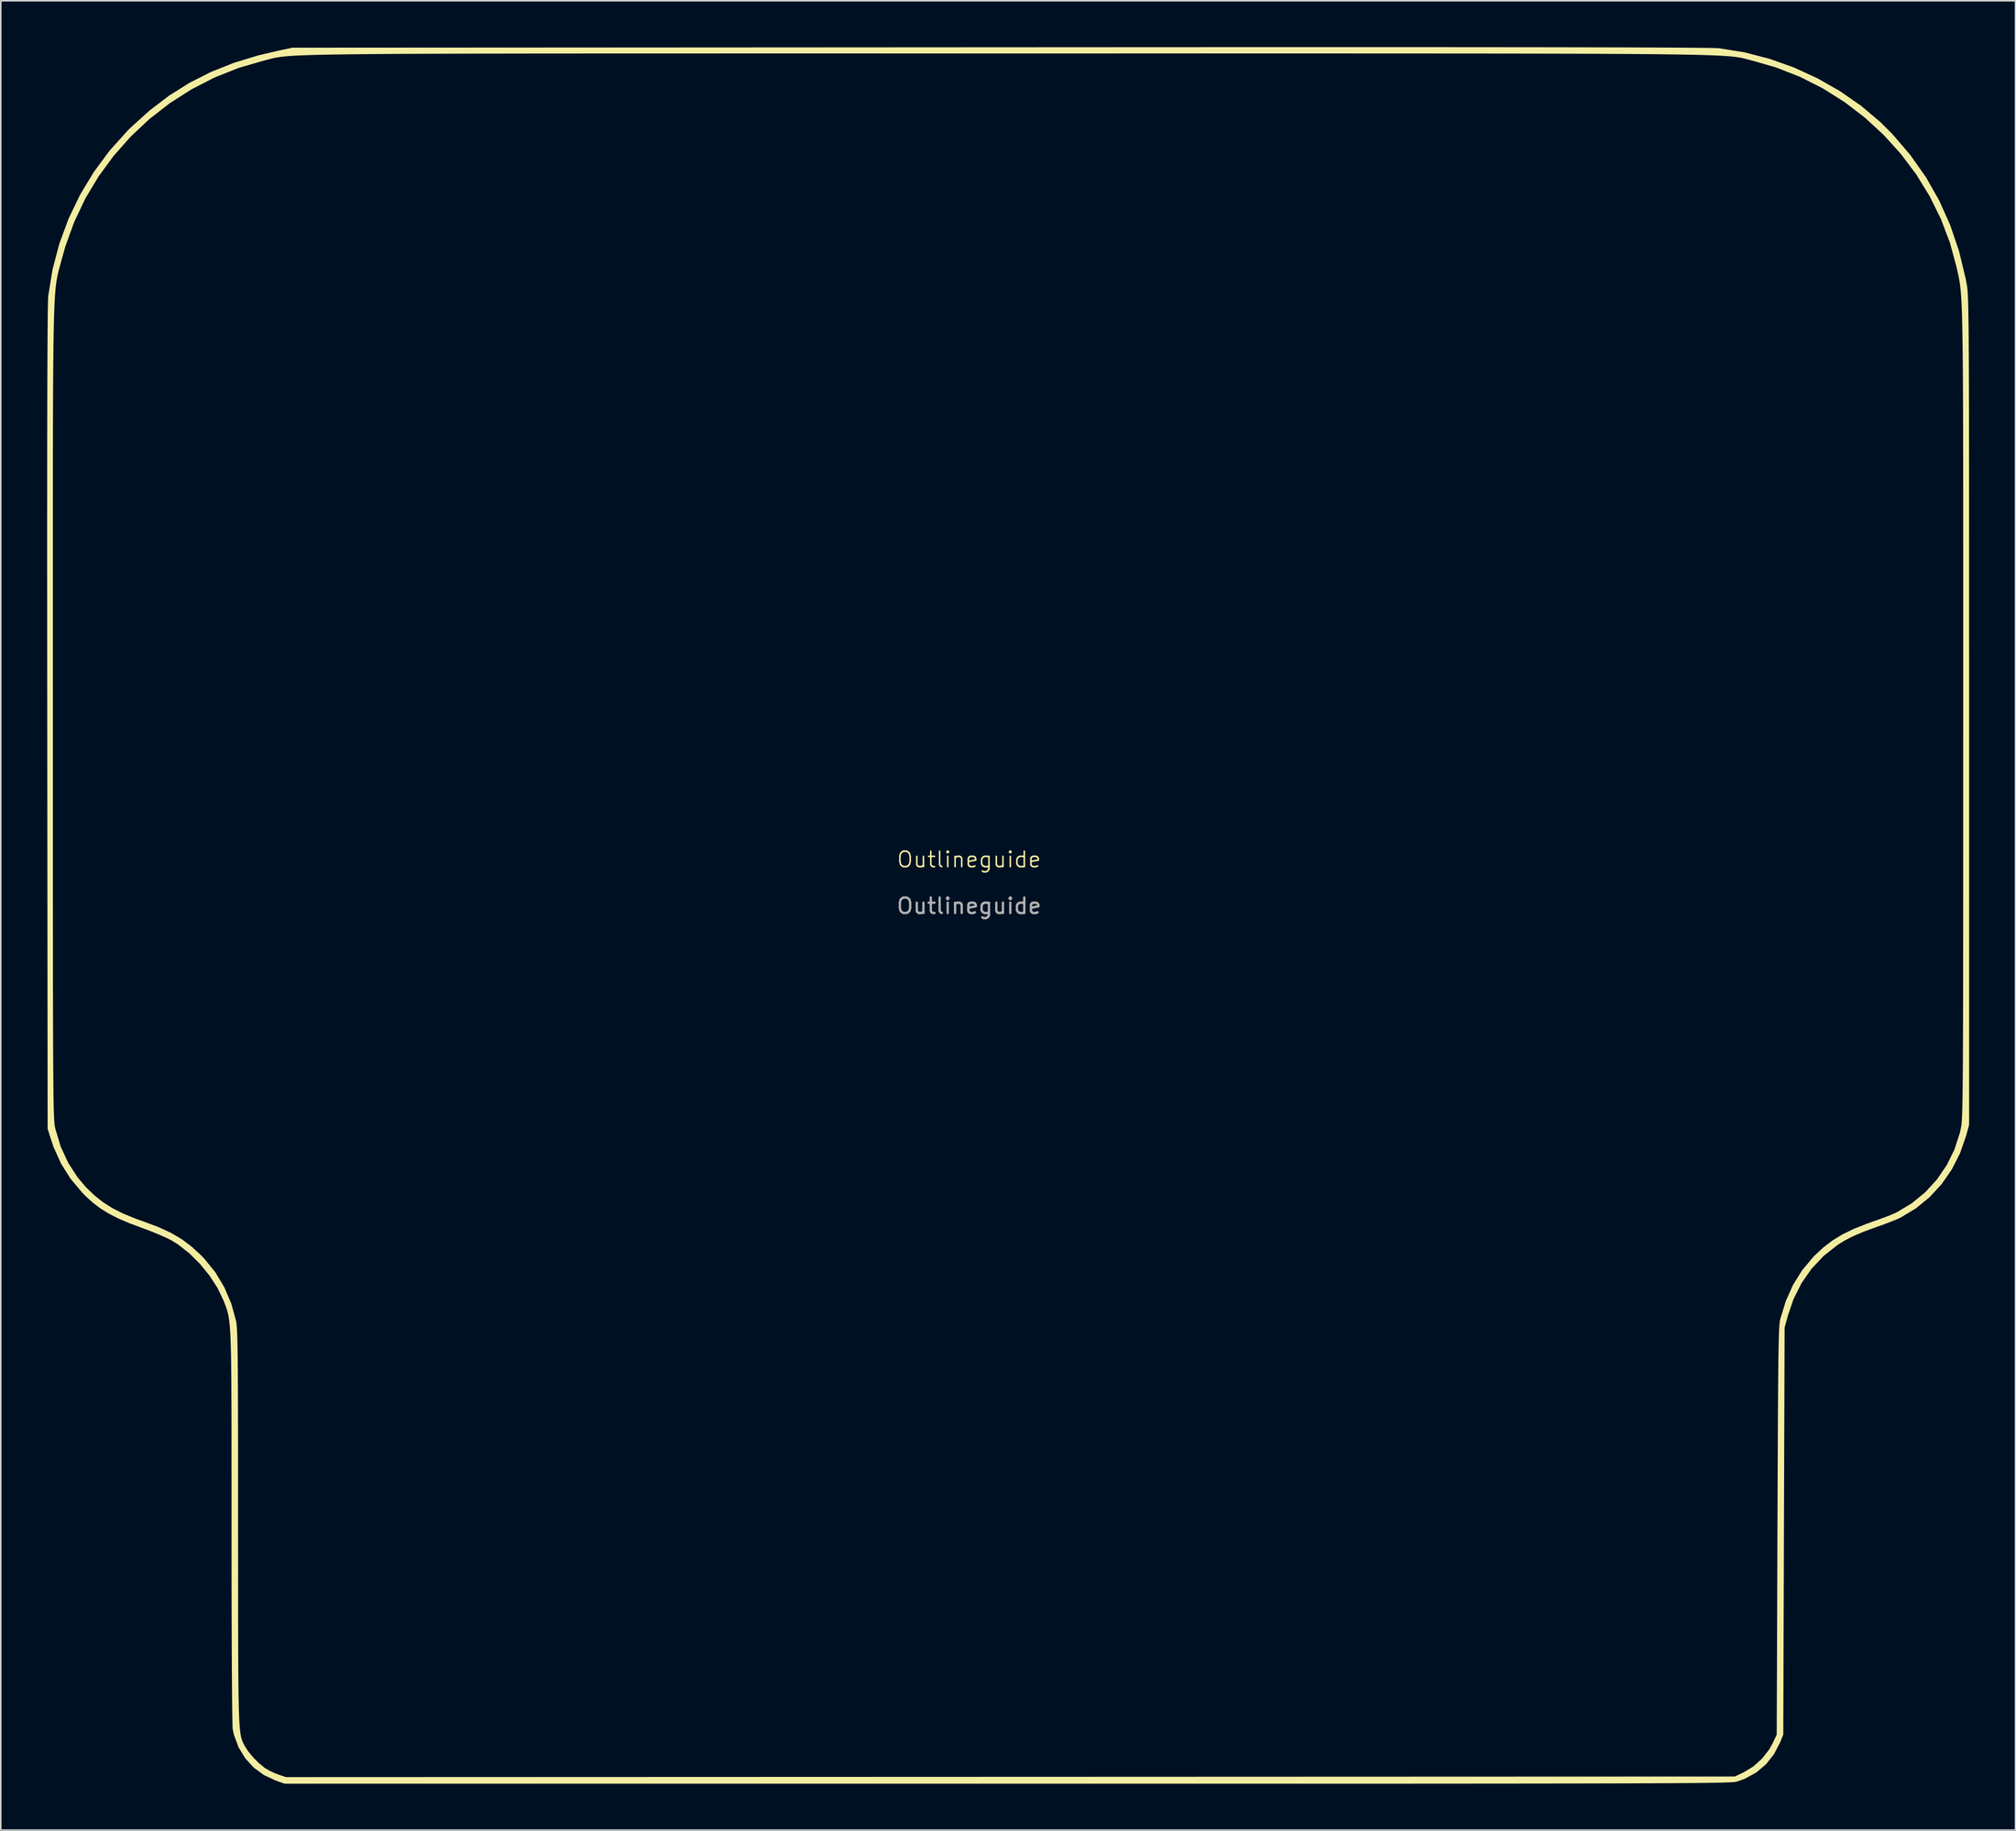
<source format=kicad_pcb>
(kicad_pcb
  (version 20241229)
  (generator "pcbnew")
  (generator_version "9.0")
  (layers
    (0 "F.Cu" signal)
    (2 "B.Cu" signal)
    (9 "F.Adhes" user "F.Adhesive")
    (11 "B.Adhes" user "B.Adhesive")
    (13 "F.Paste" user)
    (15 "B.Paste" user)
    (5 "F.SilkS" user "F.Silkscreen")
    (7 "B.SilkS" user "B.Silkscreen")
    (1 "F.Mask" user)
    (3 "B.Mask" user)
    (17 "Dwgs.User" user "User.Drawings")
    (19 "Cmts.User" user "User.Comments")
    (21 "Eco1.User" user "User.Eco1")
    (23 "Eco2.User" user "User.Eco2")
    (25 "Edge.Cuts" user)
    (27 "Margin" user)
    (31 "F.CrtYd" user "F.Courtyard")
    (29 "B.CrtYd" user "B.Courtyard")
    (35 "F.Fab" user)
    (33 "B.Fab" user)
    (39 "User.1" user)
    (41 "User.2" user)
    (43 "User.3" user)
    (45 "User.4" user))
  (footprint "Outlineguide"
    (layer "F.Cu")
    (at 59.634 53.055)
    (property "Reference" "Outlineguide" (at 0 -0.5 0) (unlocked yes) (layer "F.SilkS") (effects (font (size 1 1) (thickness 0.1))))
    (attr smd)
    (fp_poly (pts (xy 26.454 -53.055) (xy 28.818 -53.055) (xy 31.034 -53.054) (xy 33.105 -53.052) (xy 35.034 -53.051) (xy 36.822 -53.049) (xy 38.474 -53.046) (xy 39.99 -53.043) (xy 41.373 -53.04) (xy 42.626 -53.037) (xy 43.752 -53.033) (xy 44.752 -53.028) (xy 45.629 -53.024) (xy 46.386 -53.019) (xy 47.025 -53.013) (xy 47.548 -53.007) (xy 47.958 -53.001) (xy 48.257 -52.994) (xy 48.448 -52.987) (xy 48.516 -52.982) (xy 50.15 -52.721) (xy 51.767 -52.304) (xy 53.347 -51.741) (xy 54.873 -51.041) (xy 56.327 -50.214) (xy 57.689 -49.268) (xy 58.941 -48.212) (xy 59.733 -47.423) (xy 60.886 -46.074) (xy 61.891 -44.647) (xy 62.749 -43.14) (xy 63.462 -41.548) (xy 64.032 -39.867) (xy 64.462 -38.094) (xy 64.537 -37.698) (xy 64.551 -37.612) (xy 64.564 -37.516) (xy 64.577 -37.403) (xy 64.588 -37.269) (xy 64.599 -37.107) (xy 64.609 -36.911) (xy 64.618 -36.677) (xy 64.627 -36.399) (xy 64.634 -36.07) (xy 64.641 -35.685) (xy 64.648 -35.239) (xy 64.654 -34.725) (xy 64.659 -34.139) (xy 64.663 -33.474) (xy 64.668 -32.725) (xy 64.671 -31.886) (xy 64.674 -30.952) (xy 64.677 -29.917) (xy 64.679 -28.774) (xy 64.681 -27.52) (xy 64.683 -26.147) (xy 64.684 -24.65) (xy 64.685 -23.025) (xy 64.686 -21.263) (xy 64.687 -19.362) (xy 64.687 -17.313) (xy 64.687 -15.113) (xy 64.688 -12.755) (xy 64.688 -10.234) (xy 64.688 -10.1) (xy 64.688 16.654) (xy 64.491 17.374) (xy 64.1 18.497) (xy 63.57 19.54) (xy 62.912 20.49) (xy 62.135 21.335) (xy 61.25 22.06) (xy 60.268 22.653) (xy 60.251 22.662) (xy 59.993 22.779) (xy 59.622 22.929) (xy 59.187 23.095) (xy 58.734 23.256) (xy 58.701 23.268) (xy 57.88 23.567) (xy 57.195 23.859) (xy 56.616 24.156) (xy 56.179 24.429) (xy 55.276 25.141) (xy 54.497 25.969) (xy 53.845 26.902) (xy 53.328 27.934) (xy 52.978 28.955) (xy 52.752 29.778) (xy 52.709 42.943) (xy 52.665 56.109) (xy 52.473 56.584) (xy 52.073 57.361) (xy 51.554 58.02) (xy 50.922 58.555) (xy 50.182 58.961) (xy 49.665 59.148) (xy 49.622 59.157) (xy 49.56 59.167) (xy 49.473 59.176) (xy 49.358 59.184) (xy 49.211 59.192) (xy 49.027 59.2) (xy 48.802 59.207) (xy 48.532 59.214) (xy 48.214 59.22) (xy 47.842 59.226) (xy 47.413 59.231) (xy 46.923 59.237) (xy 46.367 59.241) (xy 45.741 59.246) (xy 45.042 59.25) (xy 44.264 59.254) (xy 43.404 59.257) (xy 42.458 59.261) (xy 41.422 59.264) (xy 40.291 59.266) (xy 39.061 59.269) (xy 37.729 59.271) (xy 36.289 59.273) (xy 34.738 59.275) (xy 33.072 59.276) (xy 31.287 59.278) (xy 29.377 59.279) (xy 27.34 59.28) (xy 25.172 59.28) (xy 22.867 59.281) (xy 20.422 59.282) (xy 17.832 59.282) (xy 15.094 59.282) (xy 12.204 59.282) (xy 9.157 59.282) (xy 5.949 59.282) (xy 2.575 59.282) (xy 2.463 59.282) (xy -44.278 59.28) (xy -44.842 59.081) (xy -45.607 58.725) (xy -46.272 58.238) (xy -46.825 57.634) (xy -47.254 56.926) (xy -47.55 56.127) (xy -47.628 55.783) (xy -47.639 55.644) (xy -47.648 55.344) (xy -47.657 54.889) (xy -47.666 54.287) (xy -47.674 53.544) (xy -47.681 52.67) (xy -47.687 51.669) (xy -47.693 50.551) (xy -47.697 49.323) (xy -47.701 47.991) (xy -47.704 46.563) (xy -47.706 45.047) (xy -47.707 43.449) (xy -47.707 42.729) (xy -47.707 40.973) (xy -47.707 39.377) (xy -47.708 37.934) (xy -47.708 36.634) (xy -47.71 35.47) (xy -47.714 34.433) (xy -47.718 33.514) (xy -47.725 32.704) (xy -47.734 31.996) (xy -47.745 31.381) (xy -47.759 30.85) (xy -47.776 30.395) (xy -47.797 30.007) (xy -47.821 29.678) (xy -47.849 29.399) (xy -47.881 29.162) (xy -47.918 28.958) (xy -47.96 28.778) (xy -48.007 28.615) (xy -48.06 28.46) (xy -48.118 28.304) (xy -48.183 28.138) (xy -48.232 28.012) (xy -48.611 27.217) (xy -49.125 26.422) (xy -49.74 25.665) (xy -50.425 24.982) (xy -51.149 24.411) (xy -51.544 24.162) (xy -51.86 24) (xy -52.287 23.806) (xy -52.777 23.602) (xy -53.28 23.408) (xy -53.437 23.351) (xy -54.304 23.027) (xy -55.033 22.716) (xy -55.655 22.4) (xy -56.197 22.062) (xy -56.69 21.685) (xy -57.163 21.251) (xy -57.365 21.045) (xy -58.117 20.151) (xy -58.729 19.179) (xy -59.213 18.108) (xy -59.408 17.538) (xy -59.603 16.908) (xy -59.628 -9.635) (xy -59.63 -12.453) (xy -59.632 -15.104) (xy -59.633 -17.59) (xy -59.634 -19.914) (xy -59.634 -20.291) (xy -59.265 -20.291) (xy -59.265 -18.307) (xy -59.265 -16.175) (xy -59.265 -13.888) (xy -59.264 -11.44) (xy -59.264 -10.016) (xy -59.264 -7.514) (xy -59.264 -5.176) (xy -59.264 -2.996) (xy -59.264 -0.968) (xy -59.263 0.913) (xy -59.262 2.653) (xy -59.261 4.258) (xy -59.26 5.734) (xy -59.259 7.086) (xy -59.257 8.319) (xy -59.254 9.441) (xy -59.252 10.455) (xy -59.249 11.369) (xy -59.245 12.187) (xy -59.241 12.915) (xy -59.236 13.56) (xy -59.231 14.126) (xy -59.225 14.62) (xy -59.219 15.046) (xy -59.212 15.412) (xy -59.204 15.722) (xy -59.195 15.982) (xy -59.186 16.198) (xy -59.176 16.376) (xy -59.165 16.521) (xy -59.153 16.639) (xy -59.14 16.735) (xy -59.127 16.816) (xy -59.112 16.887) (xy -59.107 16.908) (xy -58.761 18.058) (xy -58.28 19.109) (xy -57.665 20.058) (xy -57.119 20.699) (xy -56.581 21.219) (xy -56.022 21.664) (xy -55.409 22.053) (xy -54.711 22.404) (xy -53.895 22.737) (xy -53.343 22.934) (xy -52.417 23.28) (xy -51.624 23.647) (xy -50.928 24.058) (xy -50.293 24.534) (xy -49.682 25.097) (xy -49.473 25.313) (xy -48.76 26.191) (xy -48.172 27.174) (xy -47.718 28.243) (xy -47.417 29.339) (xy -47.399 29.441) (xy -47.382 29.57) (xy -47.367 29.732) (xy -47.354 29.937) (xy -47.342 30.192) (xy -47.332 30.506) (xy -47.323 30.887) (xy -47.315 31.343) (xy -47.308 31.882) (xy -47.302 32.513) (xy -47.297 33.244) (xy -47.293 34.083) (xy -47.29 35.038) (xy -47.287 36.118) (xy -47.285 37.33) (xy -47.284 38.683) (xy -47.283 40.186) (xy -47.283 41.845) (xy -47.283 42.665) (xy -47.282 44.421) (xy -47.282 46.017) (xy -47.281 47.46) (xy -47.28 48.758) (xy -47.278 49.92) (xy -47.275 50.954) (xy -47.27 51.868) (xy -47.264 52.67) (xy -47.256 53.369) (xy -47.245 53.974) (xy -47.233 54.491) (xy -47.218 54.93) (xy -47.2 55.298) (xy -47.179 55.604) (xy -47.154 55.857) (xy -47.126 56.064) (xy -47.094 56.234) (xy -47.059 56.374) (xy -47.018 56.494) (xy -46.974 56.601) (xy -46.924 56.705) (xy -46.869 56.812) (xy -46.859 56.832) (xy -46.633 57.185) (xy -46.311 57.575) (xy -45.942 57.948) (xy -45.573 58.25) (xy -45.542 58.272) (xy -45.261 58.436) (xy -44.913 58.599) (xy -44.695 58.683) (xy -44.194 58.855) (xy 2.669 58.837) (xy 49.532 58.818) (xy 50.108 58.546) (xy 50.728 58.168) (xy 51.29 57.663) (xy 51.751 57.074) (xy 51.969 56.685) (xy 52.242 56.109) (xy 52.288 42.943) (xy 52.295 41.178) (xy 52.301 39.575) (xy 52.307 38.125) (xy 52.313 36.82) (xy 52.319 35.652) (xy 52.325 34.614) (xy 52.331 33.696) (xy 52.338 32.892) (xy 52.346 32.194) (xy 52.354 31.592) (xy 52.362 31.08) (xy 52.372 30.649) (xy 52.382 30.29) (xy 52.394 29.998) (xy 52.407 29.762) (xy 52.42 29.575) (xy 52.436 29.429) (xy 52.452 29.317) (xy 52.471 29.229) (xy 52.471 29.227) (xy 52.829 28.061) (xy 53.297 27.014) (xy 53.884 26.071) (xy 54.598 25.216) (xy 54.697 25.114) (xy 55.254 24.595) (xy 55.836 24.149) (xy 56.477 23.757) (xy 57.207 23.4) (xy 58.06 23.06) (xy 58.485 22.909) (xy 58.934 22.75) (xy 59.368 22.587) (xy 59.739 22.438) (xy 60 22.321) (xy 60.016 22.314) (xy 60.982 21.732) (xy 61.849 21.021) (xy 62.605 20.196) (xy 63.236 19.273) (xy 63.733 18.268) (xy 64.082 17.197) (xy 64.147 16.91) (xy 64.162 16.832) (xy 64.176 16.747) (xy 64.189 16.649) (xy 64.201 16.531) (xy 64.213 16.389) (xy 64.223 16.216) (xy 64.233 16.007) (xy 64.242 15.756) (xy 64.25 15.457) (xy 64.257 15.104) (xy 64.264 14.692) (xy 64.27 14.215) (xy 64.275 13.668) (xy 64.28 13.044) (xy 64.284 12.338) (xy 64.288 11.544) (xy 64.291 10.657) (xy 64.294 9.67) (xy 64.297 8.578) (xy 64.299 7.375) (xy 64.3 6.056) (xy 64.302 4.615) (xy 64.303 3.045) (xy 64.304 1.342) (xy 64.304 -0.5) (xy 64.305 -2.488) (xy 64.305 -4.627) (xy 64.305 -6.922) (xy 64.306 -9.38) (xy 64.306 -9.934) (xy 64.306 -12.463) (xy 64.306 -14.829) (xy 64.306 -17.037) (xy 64.306 -19.093) (xy 64.306 -21.003) (xy 64.305 -22.773) (xy 64.304 -24.409) (xy 64.302 -25.916) (xy 64.3 -27.301) (xy 64.297 -28.569) (xy 64.294 -29.726) (xy 64.289 -30.778) (xy 64.284 -31.731) (xy 64.277 -32.59) (xy 64.27 -33.362) (xy 64.261 -34.052) (xy 64.251 -34.667) (xy 64.24 -35.211) (xy 64.227 -35.691) (xy 64.213 -36.113) (xy 64.197 -36.483) (xy 64.179 -36.805) (xy 64.16 -37.087) (xy 64.139 -37.334) (xy 64.115 -37.552) (xy 64.09 -37.747) (xy 64.063 -37.924) (xy 64.033 -38.09) (xy 64.001 -38.25) (xy 63.967 -38.41) (xy 63.93 -38.576) (xy 63.89 -38.754) (xy 63.882 -38.792) (xy 63.448 -40.397) (xy 62.86 -41.944) (xy 62.128 -43.425) (xy 61.262 -44.83) (xy 60.27 -46.15) (xy 59.162 -47.374) (xy 57.947 -48.494) (xy 56.634 -49.5) (xy 55.233 -50.382) (xy 53.754 -51.132) (xy 52.204 -51.739) (xy 50.825 -52.139) (xy 50.68 -52.176) (xy 50.55 -52.211) (xy 50.429 -52.244) (xy 50.315 -52.275) (xy 50.203 -52.305) (xy 50.087 -52.333) (xy 49.965 -52.36) (xy 49.831 -52.385) (xy 49.681 -52.408) (xy 49.511 -52.43) (xy 49.317 -52.451) (xy 49.094 -52.47) (xy 48.838 -52.488) (xy 48.544 -52.505) (xy 48.209 -52.52) (xy 47.828 -52.535) (xy 47.397 -52.548) (xy 46.911 -52.56) (xy 46.366 -52.571) (xy 45.758 -52.581) (xy 45.082 -52.59) (xy 44.334 -52.599) (xy 43.51 -52.606) (xy 42.605 -52.613) (xy 41.616 -52.618) (xy 40.537 -52.624) (xy 39.365 -52.628) (xy 38.095 -52.632) (xy 36.722 -52.635) (xy 35.244 -52.638) (xy 33.654 -52.64) (xy 31.949 -52.642) (xy 30.125 -52.643) (xy 28.177 -52.644) (xy 26.1 -52.645) (xy 23.892 -52.646) (xy 21.546 -52.646) (xy 19.06 -52.646) (xy 16.428 -52.646) (xy 13.646 -52.646) (xy 10.711 -52.646) (xy 7.616 -52.645) (xy 4.36 -52.645) (xy 2.542 -52.645) (xy -0.803 -52.645) (xy -3.983 -52.645) (xy -7.003 -52.646) (xy -9.866 -52.646) (xy -12.577 -52.646) (xy -15.14 -52.646) (xy -17.56 -52.645) (xy -19.841 -52.645) (xy -21.987 -52.644) (xy -24.003 -52.644) (xy -25.892 -52.642) (xy -27.66 -52.641) (xy -29.31 -52.639) (xy -30.846 -52.636) (xy -32.275 -52.634) (xy -33.598 -52.63) (xy -34.821 -52.626) (xy -35.948 -52.622) (xy -36.984 -52.617) (xy -37.933 -52.611) (xy -38.798 -52.604) (xy -39.585 -52.597) (xy -40.297 -52.589) (xy -40.94 -52.58) (xy -41.517 -52.57) (xy -42.032 -52.559) (xy -42.49 -52.547) (xy -42.896 -52.534) (xy -43.253 -52.52) (xy -43.566 -52.505) (xy -43.84 -52.489) (xy -44.078 -52.472) (xy -44.284 -52.453) (xy -44.464 -52.433) (xy -44.622 -52.412) (xy -44.761 -52.39) (xy -44.886 -52.366) (xy -45.002 -52.34) (xy -45.113 -52.314) (xy -45.222 -52.285) (xy -45.335 -52.256) (xy -45.456 -52.224) (xy -45.589 -52.191) (xy -45.625 -52.182) (xy -47.25 -51.711) (xy -48.811 -51.089) (xy -50.297 -50.326) (xy -51.701 -49.43) (xy -53.013 -48.409) (xy -54.224 -47.274) (xy -55.325 -46.032) (xy -56.308 -44.692) (xy -57.163 -43.264) (xy -57.881 -41.755) (xy -58.453 -40.176) (xy -58.674 -39.391) (xy -58.73 -39.18) (xy -58.781 -38.99) (xy -58.83 -38.814) (xy -58.875 -38.647) (xy -58.917 -38.484) (xy -58.955 -38.317) (xy -58.991 -38.142) (xy -59.024 -37.952) (xy -59.054 -37.742) (xy -59.082 -37.505) (xy -59.107 -37.237) (xy -59.13 -36.931) (xy -59.15 -36.581) (xy -59.168 -36.182) (xy -59.185 -35.728) (xy -59.199 -35.212) (xy -59.212 -34.629) (xy -59.223 -33.974) (xy -59.232 -33.24) (xy -59.24 -32.421) (xy -59.246 -31.513) (xy -59.252 -30.508) (xy -59.256 -29.401) (xy -59.259 -28.186) (xy -59.262 -26.857) (xy -59.263 -25.41) (xy -59.264 -23.837) (xy -59.265 -22.132) (xy -59.265 -20.291) (xy -59.634 -20.291) (xy -59.634 -22.079) (xy -59.633 -24.086) (xy -59.632 -25.939) (xy -59.63 -27.639) (xy -59.627 -29.188) (xy -59.624 -30.59) (xy -59.62 -31.847) (xy -59.615 -32.961) (xy -59.61 -33.934) (xy -59.604 -34.769) (xy -59.598 -35.468) (xy -59.59 -36.035) (xy -59.582 -36.47) (xy -59.573 -36.776) (xy -59.564 -36.957) (xy -59.561 -36.982) (xy -59.284 -38.682) (xy -58.845 -40.344) (xy -58.25 -41.954) (xy -57.507 -43.502) (xy -56.62 -44.973) (xy -55.596 -46.358) (xy -54.44 -47.643) (xy -54.213 -47.868) (xy -52.999 -48.964) (xy -51.747 -49.918) (xy -50.438 -50.742) (xy -49.054 -51.443) (xy -47.576 -52.033) (xy -45.985 -52.52) (xy -44.617 -52.842) (xy -43.77 -53.019) (xy 1.95 -53.047) (xy 5.58 -53.049) (xy 9.043 -53.051) (xy 12.342 -53.053) (xy 15.478 -53.054) (xy 18.456 -53.055) (xy 21.276 -53.055) (xy 23.941 -53.055)) (stroke (width 0) (type solid)) (fill yes) (layer "F.SilkS"))
    (fp_text user "${REFERENCE}" (at 0 2.5 0) (unlocked yes) (layer "F.Fab") (effects (font (size 1 1) (thickness 0.15)))))
  (gr_rect
    (start -3 -3)
    (end 127.322 115.338)
    (stroke (width 0.1) (type default))
    (fill no)
    (layer "Edge.Cuts")))
</source>
